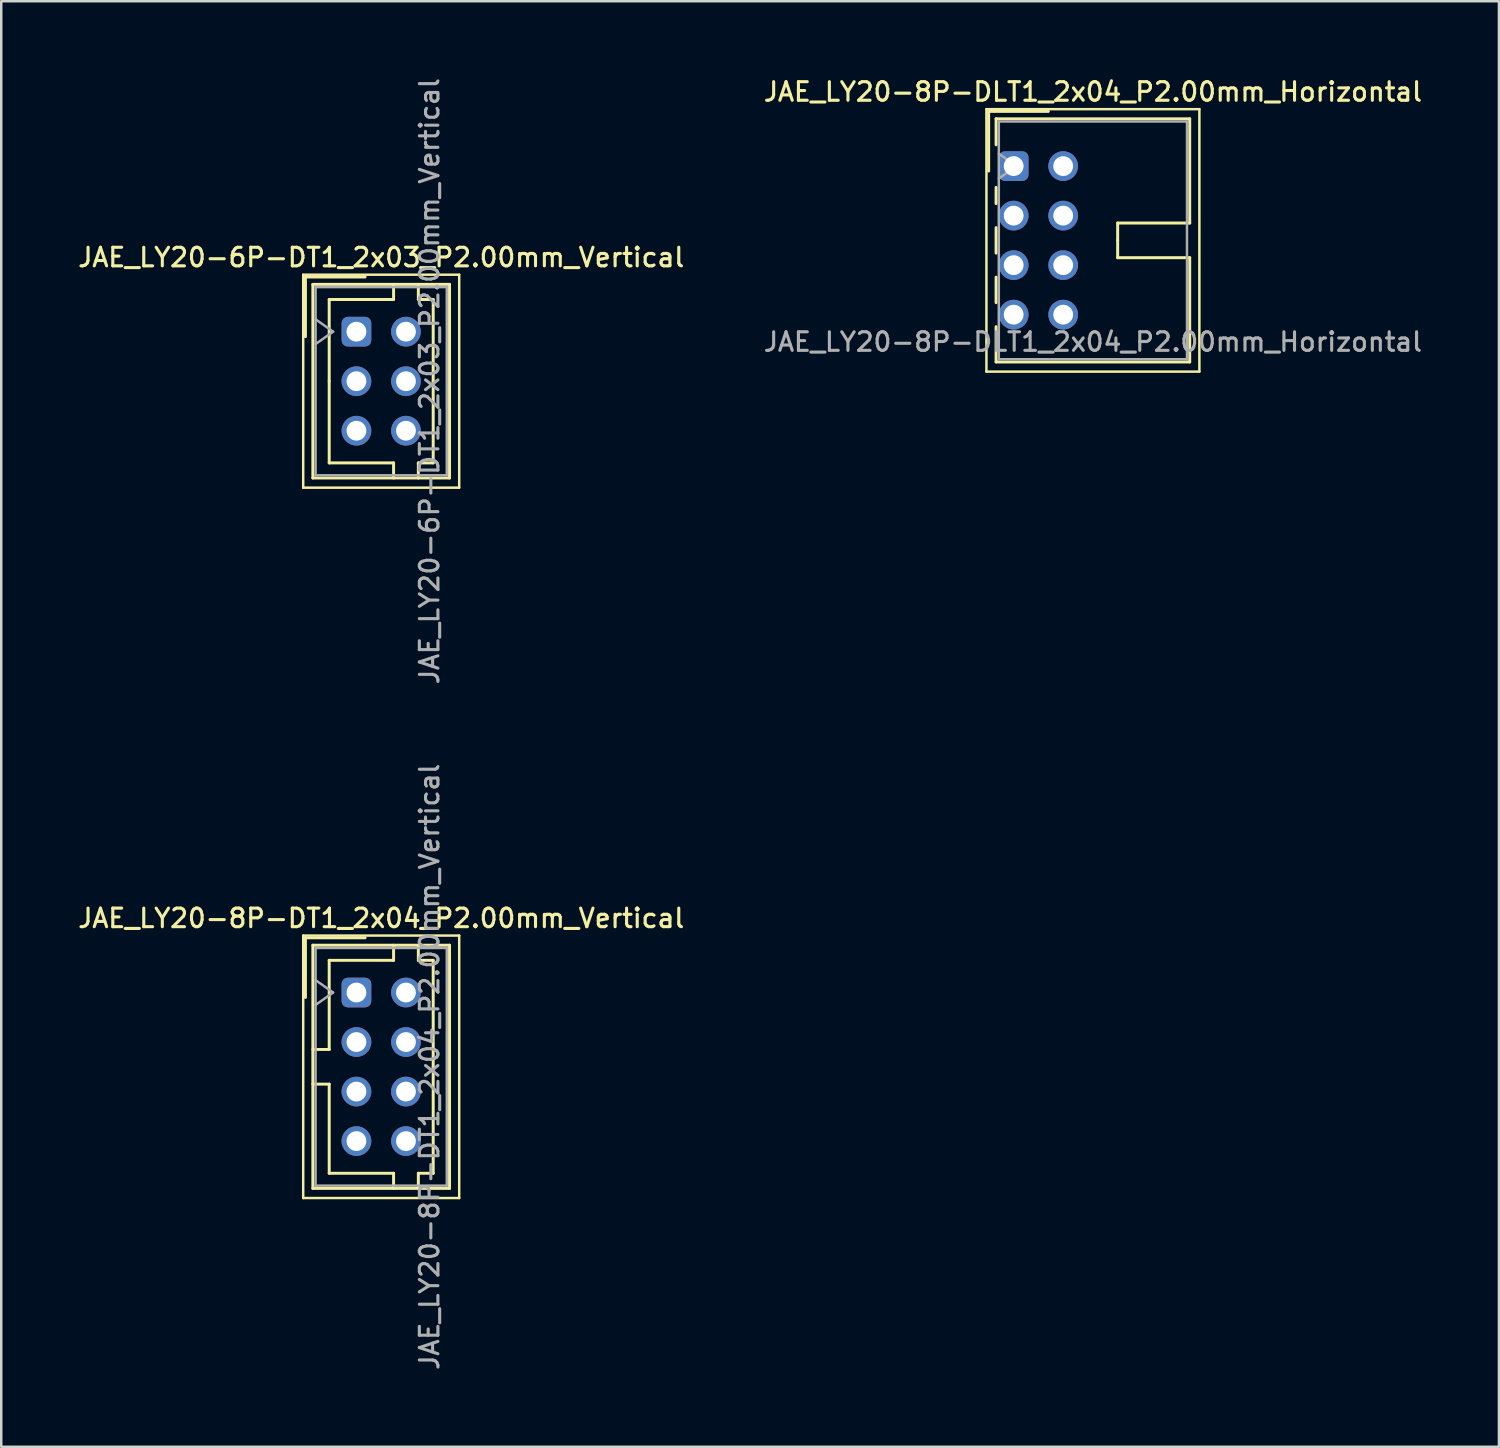
<source format=kicad_pcb>
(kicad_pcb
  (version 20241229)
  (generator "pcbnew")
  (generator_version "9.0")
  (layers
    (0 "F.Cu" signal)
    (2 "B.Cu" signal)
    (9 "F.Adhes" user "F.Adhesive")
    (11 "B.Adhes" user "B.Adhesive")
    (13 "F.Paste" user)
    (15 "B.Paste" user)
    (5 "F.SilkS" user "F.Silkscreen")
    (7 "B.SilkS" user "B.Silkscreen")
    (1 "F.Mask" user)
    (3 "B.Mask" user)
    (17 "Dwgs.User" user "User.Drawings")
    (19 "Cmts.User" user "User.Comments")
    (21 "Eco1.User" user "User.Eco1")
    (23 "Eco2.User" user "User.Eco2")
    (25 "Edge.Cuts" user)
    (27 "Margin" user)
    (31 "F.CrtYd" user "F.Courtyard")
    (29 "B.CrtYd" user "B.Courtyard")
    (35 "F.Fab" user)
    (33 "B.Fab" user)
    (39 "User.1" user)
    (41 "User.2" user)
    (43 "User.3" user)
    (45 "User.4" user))
  (footprint "JAE_LY20-6P-DT1_2x03_P2.00mm_Vertical"
    (layer "F.Cu")
    (at 11.345 10.345)
    (property "Reference" "JAE_LY20-6P-DT1_2x03_P2.00mm_Vertical" (at 1 -3 0) (layer "F.SilkS") (effects (font (size 0.75 0.75) (thickness 0.125))))
    (attr through_hole)
    (fp_line (start -2.15 -2.3) (end -2.15 6.3) (stroke (width 0.1) (type solid)) (layer "F.SilkS"))
    (fp_line (start -2.15 6.3) (end 4.15 6.3) (stroke (width 0.1) (type solid)) (layer "F.SilkS"))
    (fp_line (start -2.06 -2.21) (end -2.06 0.2) (stroke (width 0.12) (type solid)) (layer "F.SilkS"))
    (fp_line (start -1.76 -1.91) (end -1.76 5.91) (stroke (width 0.12) (type solid)) (layer "F.SilkS"))
    (fp_line (start -1.76 5.91) (end 3.76 5.91) (stroke (width 0.12) (type solid)) (layer "F.SilkS"))
    (fp_line (start -1.1 -1.3) (end -1.1 2) (stroke (width 0.12) (type solid)) (layer "F.SilkS"))
    (fp_line (start -1.1 5.3) (end -1.1 2) (stroke (width 0.12) (type solid)) (layer "F.SilkS"))
    (fp_line (start 0.35 -2.21) (end -2.06 -2.21) (stroke (width 0.12) (type solid)) (layer "F.SilkS"))
    (fp_line (start 1.5 -1.91) (end 1.5 -1.3) (stroke (width 0.12) (type solid)) (layer "F.SilkS"))
    (fp_line (start 1.5 -1.3) (end -1.1 -1.3) (stroke (width 0.12) (type solid)) (layer "F.SilkS"))
    (fp_line (start 1.5 5.3) (end -1.1 5.3) (stroke (width 0.12) (type solid)) (layer "F.SilkS"))
    (fp_line (start 1.5 5.91) (end 1.5 5.3) (stroke (width 0.12) (type solid)) (layer "F.SilkS"))
    (fp_line (start 2.5 -1.91) (end 2.5 -1.3) (stroke (width 0.12) (type solid)) (layer "F.SilkS"))
    (fp_line (start 2.5 -1.3) (end 3.1 -1.3) (stroke (width 0.12) (type solid)) (layer "F.SilkS"))
    (fp_line (start 2.5 5.3) (end 3.1 5.3) (stroke (width 0.12) (type solid)) (layer "F.SilkS"))
    (fp_line (start 2.5 5.91) (end 2.5 5.3) (stroke (width 0.12) (type solid)) (layer "F.SilkS"))
    (fp_line (start 3.1 -1.3) (end 3.1 2) (stroke (width 0.12) (type solid)) (layer "F.SilkS"))
    (fp_line (start 3.1 5.3) (end 3.1 2) (stroke (width 0.12) (type solid)) (layer "F.SilkS"))
    (fp_line (start 3.76 -1.91) (end -1.76 -1.91) (stroke (width 0.12) (type solid)) (layer "F.SilkS"))
    (fp_line (start 3.76 5.91) (end 3.76 -1.91) (stroke (width 0.12) (type solid)) (layer "F.SilkS"))
    (fp_line (start 4.15 -2.3) (end -2.15 -2.3) (stroke (width 0.1) (type solid)) (layer "F.SilkS"))
    (fp_line (start 4.15 6.3) (end 4.15 -2.3) (stroke (width 0.1) (type solid)) (layer "F.SilkS"))
    (fp_line (start -1.65 -1.8) (end -1.65 5.8) (stroke (width 0.1) (type solid)) (layer "F.Fab"))
    (fp_line (start -1.65 0.5) (end -0.943 0) (stroke (width 0.1) (type solid)) (layer "F.Fab"))
    (fp_line (start -1.65 5.8) (end 3.65 5.8) (stroke (width 0.1) (type solid)) (layer "F.Fab"))
    (fp_line (start -0.943 0) (end -1.65 -0.5) (stroke (width 0.1) (type solid)) (layer "F.Fab"))
    (fp_line (start 3.65 -1.8) (end -1.65 -1.8) (stroke (width 0.1) (type solid)) (layer "F.Fab"))
    (fp_line (start 3.65 5.8) (end 3.65 -1.8) (stroke (width 0.1) (type solid)) (layer "F.Fab"))
    (fp_text user "${REFERENCE}" (at 2.95 2 90) (layer "F.Fab") (effects (font (size 0.75 0.75) (thickness 0.125))))
    (pad "a1" thru_hole roundrect (at 0 0) (size 1.2 1.2) (drill 0.8) (layers "*.Cu" "*.Mask") (roundrect_rratio 0.208))
    (pad "a2" thru_hole circle (at 0 2) (size 1.2 1.2) (drill 0.8) (layers "*.Cu" "*.Mask"))
    (pad "a3" thru_hole circle (at 0 4) (size 1.2 1.2) (drill 0.8) (layers "*.Cu" "*.Mask"))
    (pad "b1" thru_hole circle (at 2 0) (size 1.2 1.2) (drill 0.8) (layers "*.Cu" "*.Mask"))
    (pad "b2" thru_hole circle (at 2 2) (size 1.2 1.2) (drill 0.8) (layers "*.Cu" "*.Mask"))
    (pad "b3" thru_hole circle (at 2 4) (size 1.2 1.2) (drill 0.8) (layers "*.Cu" "*.Mask")))
  (footprint "JAE_LY20-8P-DLT1_2x04_P2.00mm_Horizontal"
    (layer "F.Cu")
    (at 37.888 3.658)
    (property "Reference" "JAE_LY20-8P-DLT1_2x04_P2.00mm_Horizontal" (at 3.2 -3 0) (layer "F.SilkS") (effects (font (size 0.75 0.75) (thickness 0.125))))
    (attr through_hole)
    (fp_line (start -1.1 -2.3) (end -1.1 8.3) (stroke (width 0.1) (type solid)) (layer "F.SilkS"))
    (fp_line (start -1.1 8.3) (end 7.5 8.3) (stroke (width 0.1) (type solid)) (layer "F.SilkS"))
    (fp_line (start -1.01 -2.21) (end -1.01 0.2) (stroke (width 0.12) (type solid)) (layer "F.SilkS"))
    (fp_line (start -0.71 -1.91) (end -0.71 -0.86) (stroke (width 0.12) (type solid)) (layer "F.SilkS"))
    (fp_line (start -0.71 -1.91) (end 7.11 -1.91) (stroke (width 0.12) (type solid)) (layer "F.SilkS"))
    (fp_line (start -0.71 0.86) (end -0.71 1.515) (stroke (width 0.12) (type solid)) (layer "F.SilkS"))
    (fp_line (start -0.71 2.485) (end -0.71 3.515) (stroke (width 0.12) (type solid)) (layer "F.SilkS"))
    (fp_line (start -0.71 4.485) (end -0.71 5.515) (stroke (width 0.12) (type solid)) (layer "F.SilkS"))
    (fp_line (start -0.71 6.485) (end -0.71 7.91) (stroke (width 0.12) (type solid)) (layer "F.SilkS"))
    (fp_line (start -0.71 7.91) (end 7.11 7.91) (stroke (width 0.12) (type solid)) (layer "F.SilkS"))
    (fp_line (start 1.4 -2.21) (end -1.01 -2.21) (stroke (width 0.12) (type solid)) (layer "F.SilkS"))
    (fp_line (start 4.2 2.3) (end 4.2 3) (stroke (width 0.12) (type solid)) (layer "F.SilkS"))
    (fp_line (start 4.2 3.7) (end 4.2 3) (stroke (width 0.12) (type solid)) (layer "F.SilkS"))
    (fp_line (start 7.11 -1.91) (end 7.11 2.3) (stroke (width 0.12) (type solid)) (layer "F.SilkS"))
    (fp_line (start 7.11 2.3) (end 4.2 2.3) (stroke (width 0.12) (type solid)) (layer "F.SilkS"))
    (fp_line (start 7.11 3.7) (end 4.2 3.7) (stroke (width 0.12) (type solid)) (layer "F.SilkS"))
    (fp_line (start 7.11 7.91) (end 7.11 3.7) (stroke (width 0.12) (type solid)) (layer "F.SilkS"))
    (fp_line (start 7.5 -2.3) (end -1.1 -2.3) (stroke (width 0.1) (type solid)) (layer "F.SilkS"))
    (fp_line (start 7.5 8.3) (end 7.5 -2.3) (stroke (width 0.1) (type solid)) (layer "F.SilkS"))
    (fp_line (start -0.6 -1.8) (end -0.6 7.8) (stroke (width 0.1) (type solid)) (layer "F.Fab"))
    (fp_line (start -0.6 0.5) (end 0.107 0) (stroke (width 0.1) (type solid)) (layer "F.Fab"))
    (fp_line (start -0.6 7.8) (end 7 7.8) (stroke (width 0.1) (type solid)) (layer "F.Fab"))
    (fp_line (start 0.107 0) (end -0.6 -0.5) (stroke (width 0.1) (type solid)) (layer "F.Fab"))
    (fp_line (start 7 -1.8) (end -0.6 -1.8) (stroke (width 0.1) (type solid)) (layer "F.Fab"))
    (fp_line (start 7 7.8) (end 7 -1.8) (stroke (width 0.1) (type solid)) (layer "F.Fab"))
    (fp_text user "${REFERENCE}" (at 3.2 7.1 0) (layer "F.Fab") (effects (font (size 0.75 0.75) (thickness 0.125))))
    (pad "a1" thru_hole roundrect (at 0 0) (size 1.2 1.2) (drill 0.8) (layers "*.Cu" "*.Mask") (roundrect_rratio 0.208))
    (pad "a2" thru_hole circle (at 0 2) (size 1.2 1.2) (drill 0.8) (layers "*.Cu" "*.Mask"))
    (pad "a3" thru_hole circle (at 0 4) (size 1.2 1.2) (drill 0.8) (layers "*.Cu" "*.Mask"))
    (pad "a4" thru_hole circle (at 0 6) (size 1.2 1.2) (drill 0.8) (layers "*.Cu" "*.Mask"))
    (pad "b1" thru_hole circle (at 2 0) (size 1.2 1.2) (drill 0.8) (layers "*.Cu" "*.Mask"))
    (pad "b2" thru_hole circle (at 2 2) (size 1.2 1.2) (drill 0.8) (layers "*.Cu" "*.Mask"))
    (pad "b3" thru_hole circle (at 2 4) (size 1.2 1.2) (drill 0.8) (layers "*.Cu" "*.Mask"))
    (pad "b4" thru_hole circle (at 2 6) (size 1.2 1.2) (drill 0.8) (layers "*.Cu" "*.Mask")))
  (footprint "JAE_LY20-8P-DT1_2x04_P2.00mm_Vertical"
    (layer "F.Cu")
    (at 11.345 37.034)
    (property "Reference" "JAE_LY20-8P-DT1_2x04_P2.00mm_Vertical" (at 1 -3 0) (layer "F.SilkS") (effects (font (size 0.75 0.75) (thickness 0.125))))
    (attr through_hole)
    (fp_line (start -2.15 -2.3) (end -2.15 8.3) (stroke (width 0.1) (type solid)) (layer "F.SilkS"))
    (fp_line (start -2.15 8.3) (end 4.15 8.3) (stroke (width 0.1) (type solid)) (layer "F.SilkS"))
    (fp_line (start -2.06 -2.21) (end -2.06 0.2) (stroke (width 0.12) (type solid)) (layer "F.SilkS"))
    (fp_line (start -1.76 -1.91) (end -1.76 7.91) (stroke (width 0.12) (type solid)) (layer "F.SilkS"))
    (fp_line (start -1.76 7.91) (end 3.76 7.91) (stroke (width 0.12) (type solid)) (layer "F.SilkS"))
    (fp_line (start -1.1 -1.3) (end -1.1 2.3) (stroke (width 0.12) (type solid)) (layer "F.SilkS"))
    (fp_line (start -1.1 2.3) (end -1.76 2.3) (stroke (width 0.12) (type solid)) (layer "F.SilkS"))
    (fp_line (start -1.1 3.7) (end -1.76 3.7) (stroke (width 0.12) (type solid)) (layer "F.SilkS"))
    (fp_line (start -1.1 7.3) (end -1.1 3.7) (stroke (width 0.12) (type solid)) (layer "F.SilkS"))
    (fp_line (start 0.35 -2.21) (end -2.06 -2.21) (stroke (width 0.12) (type solid)) (layer "F.SilkS"))
    (fp_line (start 1.5 -1.91) (end 1.5 -1.3) (stroke (width 0.12) (type solid)) (layer "F.SilkS"))
    (fp_line (start 1.5 -1.3) (end -1.1 -1.3) (stroke (width 0.12) (type solid)) (layer "F.SilkS"))
    (fp_line (start 1.5 7.3) (end -1.1 7.3) (stroke (width 0.12) (type solid)) (layer "F.SilkS"))
    (fp_line (start 1.5 7.91) (end 1.5 7.3) (stroke (width 0.12) (type solid)) (layer "F.SilkS"))
    (fp_line (start 2.5 -1.91) (end 2.5 -1.3) (stroke (width 0.12) (type solid)) (layer "F.SilkS"))
    (fp_line (start 2.5 -1.3) (end 3.1 -1.3) (stroke (width 0.12) (type solid)) (layer "F.SilkS"))
    (fp_line (start 2.5 7.3) (end 3.1 7.3) (stroke (width 0.12) (type solid)) (layer "F.SilkS"))
    (fp_line (start 2.5 7.91) (end 2.5 7.3) (stroke (width 0.12) (type solid)) (layer "F.SilkS"))
    (fp_line (start 3.1 -1.3) (end 3.1 3) (stroke (width 0.12) (type solid)) (layer "F.SilkS"))
    (fp_line (start 3.1 7.3) (end 3.1 3) (stroke (width 0.12) (type solid)) (layer "F.SilkS"))
    (fp_line (start 3.76 -1.91) (end -1.76 -1.91) (stroke (width 0.12) (type solid)) (layer "F.SilkS"))
    (fp_line (start 3.76 7.91) (end 3.76 -1.91) (stroke (width 0.12) (type solid)) (layer "F.SilkS"))
    (fp_line (start 4.15 -2.3) (end -2.15 -2.3) (stroke (width 0.1) (type solid)) (layer "F.SilkS"))
    (fp_line (start 4.15 8.3) (end 4.15 -2.3) (stroke (width 0.1) (type solid)) (layer "F.SilkS"))
    (fp_line (start -1.65 -1.8) (end -1.65 7.8) (stroke (width 0.1) (type solid)) (layer "F.Fab"))
    (fp_line (start -1.65 0.5) (end -0.943 0) (stroke (width 0.1) (type solid)) (layer "F.Fab"))
    (fp_line (start -1.65 7.8) (end 3.65 7.8) (stroke (width 0.1) (type solid)) (layer "F.Fab"))
    (fp_line (start -0.943 0) (end -1.65 -0.5) (stroke (width 0.1) (type solid)) (layer "F.Fab"))
    (fp_line (start 3.65 -1.8) (end -1.65 -1.8) (stroke (width 0.1) (type solid)) (layer "F.Fab"))
    (fp_line (start 3.65 7.8) (end 3.65 -1.8) (stroke (width 0.1) (type solid)) (layer "F.Fab"))
    (fp_text user "${REFERENCE}" (at 2.95 3 90) (layer "F.Fab") (effects (font (size 0.75 0.75) (thickness 0.125))))
    (pad "a1" thru_hole roundrect (at 0 0) (size 1.2 1.2) (drill 0.8) (layers "*.Cu" "*.Mask") (roundrect_rratio 0.208))
    (pad "a2" thru_hole circle (at 0 2) (size 1.2 1.2) (drill 0.8) (layers "*.Cu" "*.Mask"))
    (pad "a3" thru_hole circle (at 0 4) (size 1.2 1.2) (drill 0.8) (layers "*.Cu" "*.Mask"))
    (pad "a4" thru_hole circle (at 0 6) (size 1.2 1.2) (drill 0.8) (layers "*.Cu" "*.Mask"))
    (pad "b1" thru_hole circle (at 2 0) (size 1.2 1.2) (drill 0.8) (layers "*.Cu" "*.Mask"))
    (pad "b2" thru_hole circle (at 2 2) (size 1.2 1.2) (drill 0.8) (layers "*.Cu" "*.Mask"))
    (pad "b3" thru_hole circle (at 2 4) (size 1.2 1.2) (drill 0.8) (layers "*.Cu" "*.Mask"))
    (pad "b4" thru_hole circle (at 2 6) (size 1.2 1.2) (drill 0.8) (layers "*.Cu" "*.Mask")))
  (gr_rect
    (start -3 -3)
    (end 57.486 55.379)
    (stroke (width 0.1) (type default))
    (fill no)
    (layer "Edge.Cuts")))
</source>
